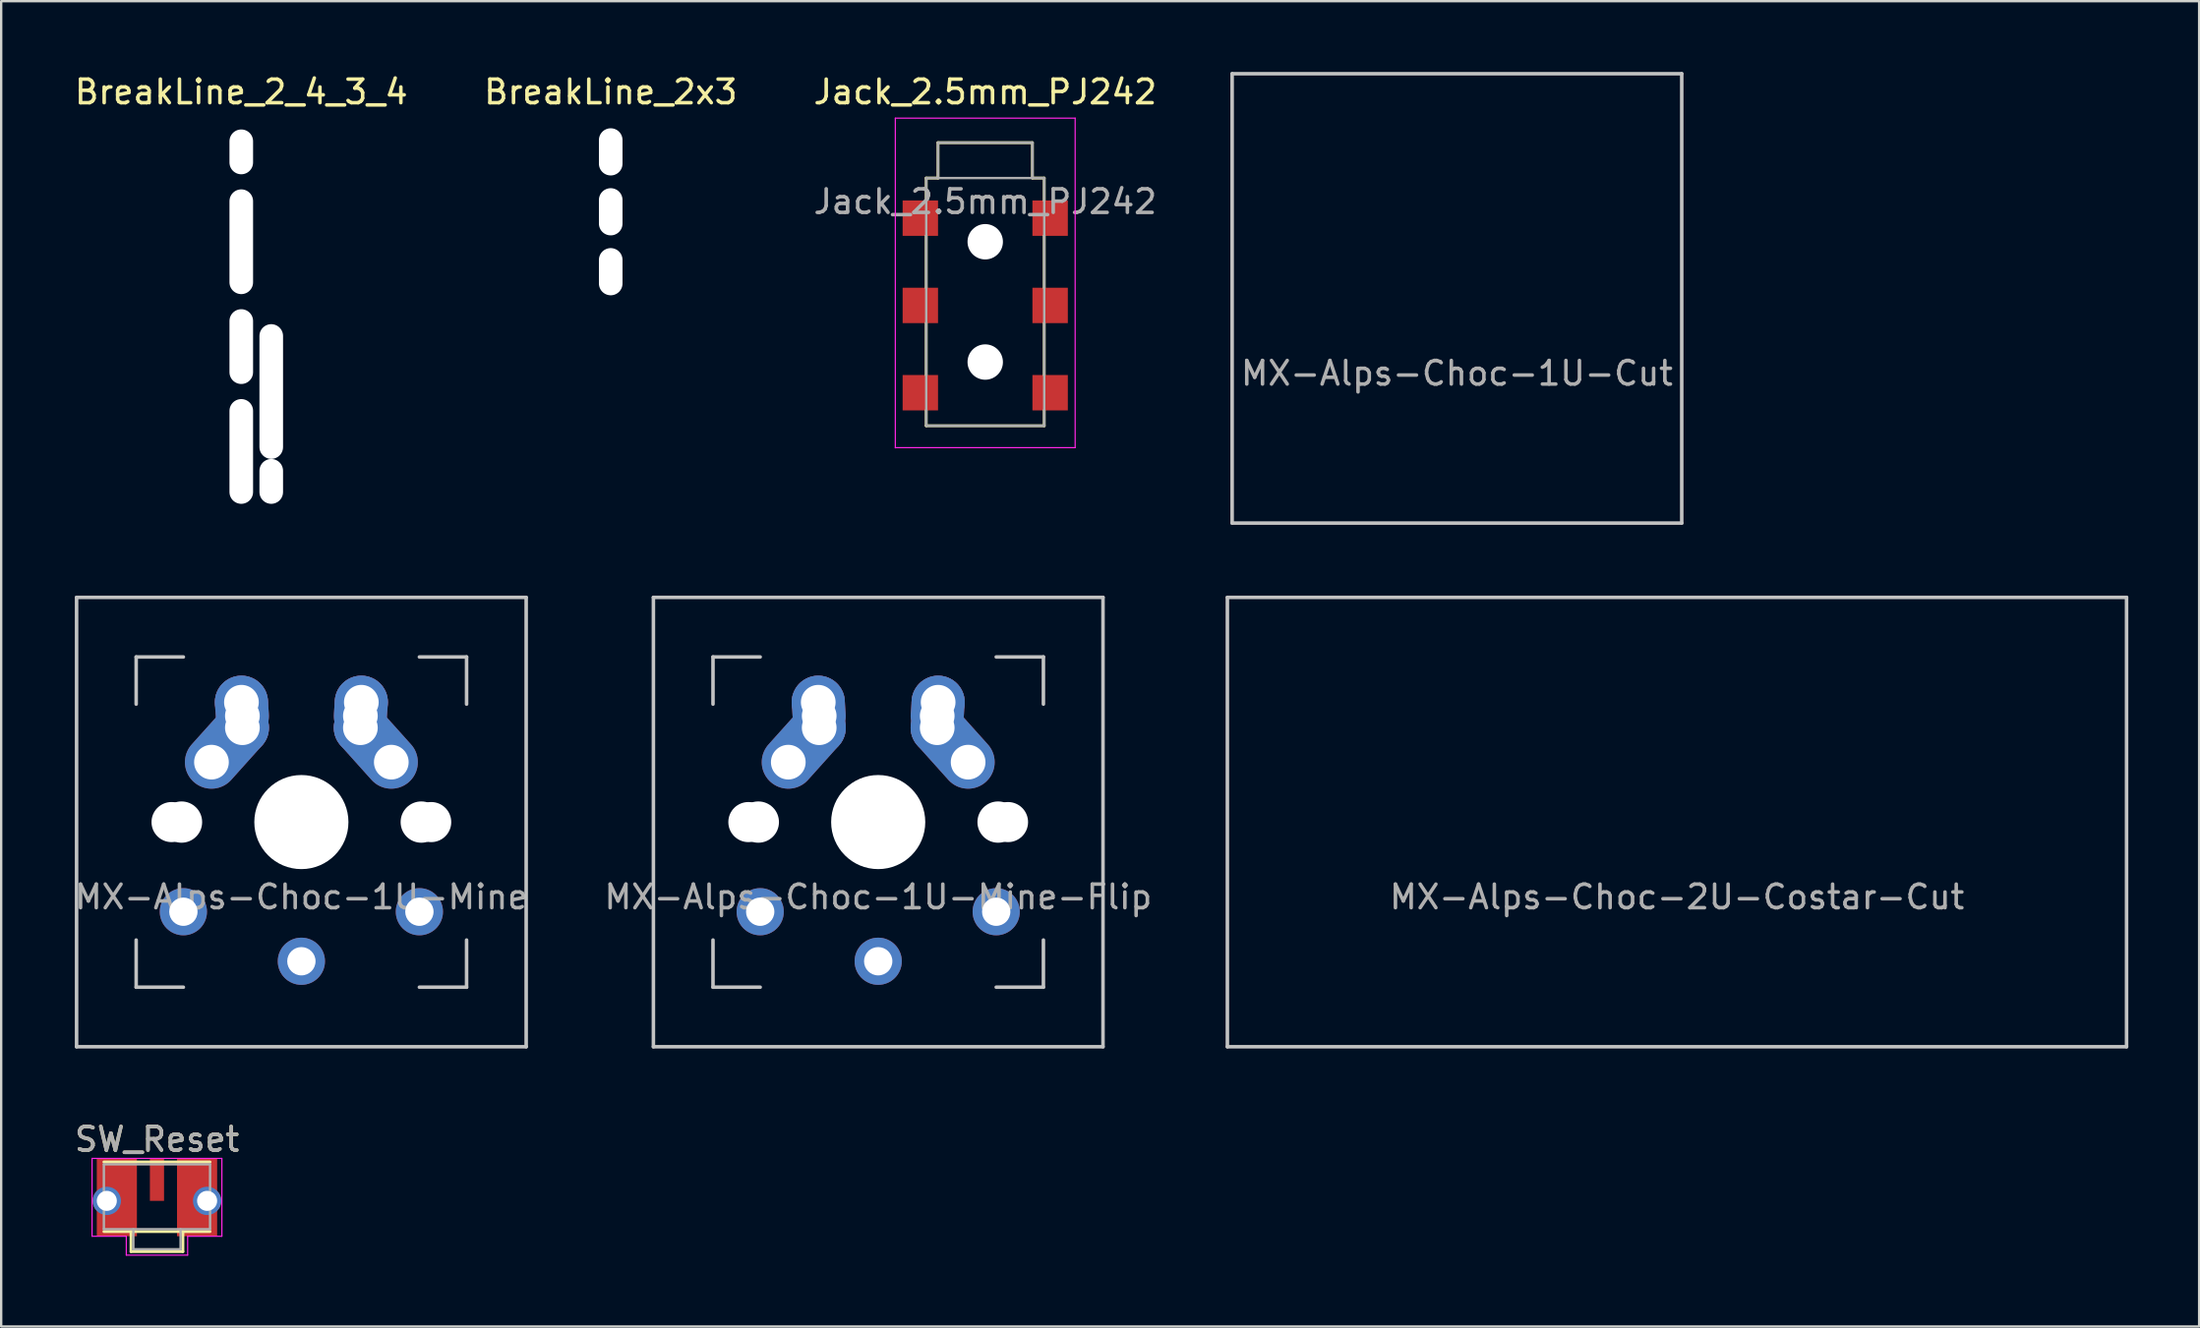
<source format=kicad_pcb>
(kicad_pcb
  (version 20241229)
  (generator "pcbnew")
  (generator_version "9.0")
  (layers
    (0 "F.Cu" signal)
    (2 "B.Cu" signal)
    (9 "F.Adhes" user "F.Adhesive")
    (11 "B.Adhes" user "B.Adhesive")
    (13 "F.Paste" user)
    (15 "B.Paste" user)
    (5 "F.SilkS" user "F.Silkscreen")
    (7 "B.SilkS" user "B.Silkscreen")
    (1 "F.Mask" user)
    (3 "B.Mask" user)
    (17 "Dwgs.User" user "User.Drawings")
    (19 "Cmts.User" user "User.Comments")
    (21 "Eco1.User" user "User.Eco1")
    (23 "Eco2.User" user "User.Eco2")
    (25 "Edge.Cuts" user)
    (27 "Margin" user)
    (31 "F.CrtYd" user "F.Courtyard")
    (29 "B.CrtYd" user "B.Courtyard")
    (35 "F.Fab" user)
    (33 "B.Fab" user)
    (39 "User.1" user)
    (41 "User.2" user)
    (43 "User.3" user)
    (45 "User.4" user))
  (footprint "Jack_2.5mm_PJ242"
    (layer "F.Cu")
    (at 38.696 4.498)
    (property "Reference" "Jack_2.5mm_PJ242" (at 0 -3.65 0) (layer "F.SilkS") (effects (font (size 1 1) (thickness 0.15))))
    (attr smd)
    (fp_line (start -2.5 0) (end -2 0) (stroke (width 0.12) (type solid)) (layer "F.SilkS"))
    (fp_line (start -2.5 0.95) (end -2.5 0) (stroke (width 0.12) (type solid)) (layer "F.SilkS"))
    (fp_line (start -2.5 2.45) (end -2.5 4.65) (stroke (width 0.12) (type solid)) (layer "F.SilkS"))
    (fp_line (start -2.5 8.35) (end -2.5 6.15) (stroke (width 0.12) (type solid)) (layer "F.SilkS"))
    (fp_line (start -2.5 9.85) (end -2.5 10.5) (stroke (width 0.12) (type solid)) (layer "F.SilkS"))
    (fp_line (start -2 -1.5) (end 2 -1.5) (stroke (width 0.12) (type solid)) (layer "F.SilkS"))
    (fp_line (start -2 0) (end -2 -1.5) (stroke (width 0.12) (type solid)) (layer "F.SilkS"))
    (fp_line (start 2 -1.5) (end 2 0) (stroke (width 0.12) (type solid)) (layer "F.SilkS"))
    (fp_line (start 2 0) (end 2.5 0) (stroke (width 0.12) (type solid)) (layer "F.SilkS"))
    (fp_line (start 2.5 0) (end 2.5 0.95) (stroke (width 0.12) (type solid)) (layer "F.SilkS"))
    (fp_line (start 2.5 2.45) (end 2.5 4.65) (stroke (width 0.12) (type solid)) (layer "F.SilkS"))
    (fp_line (start 2.5 6.15) (end 2.5 8.35) (stroke (width 0.12) (type solid)) (layer "F.SilkS"))
    (fp_line (start 2.5 9.85) (end 2.5 10.5) (stroke (width 0.12) (type solid)) (layer "F.SilkS"))
    (fp_line (start 2.5 10.5) (end -2.5 10.5) (stroke (width 0.12) (type solid)) (layer "F.SilkS"))
    (fp_line (start -3.81 -2.54) (end -3.81 11.44) (stroke (width 0.05) (type solid)) (layer "F.CrtYd"))
    (fp_line (start -3.81 -2.54) (end 3.81 -2.54) (stroke (width 0.05) (type solid)) (layer "F.CrtYd"))
    (fp_line (start -3.81 11.43) (end 3.81 11.43) (stroke (width 0.05) (type solid)) (layer "F.CrtYd"))
    (fp_line (start 3.81 11.43) (end 3.81 -2.54) (stroke (width 0.05) (type solid)) (layer "F.CrtYd"))
    (fp_line (start -2.5 0) (end -2.5 10.5) (stroke (width 0.1) (type solid)) (layer "F.Fab"))
    (fp_line (start -2.5 10.5) (end 2.5 10.5) (stroke (width 0.1) (type solid)) (layer "F.Fab"))
    (fp_line (start -2 0) (end -2 -1.5) (stroke (width 0.1) (type solid)) (layer "F.Fab"))
    (fp_line (start 2 -1.5) (end -2 -1.5) (stroke (width 0.1) (type solid)) (layer "F.Fab"))
    (fp_line (start 2 -1.5) (end 2 0) (stroke (width 0.1) (type solid)) (layer "F.Fab"))
    (fp_line (start 2.5 0) (end -2.5 0) (stroke (width 0.1) (type solid)) (layer "F.Fab"))
    (fp_line (start 2.5 0) (end 2.5 10.5) (stroke (width 0.1) (type solid)) (layer "F.Fab"))
    (fp_text user "${REFERENCE}" (at 0 1 0) (layer "F.Fab") (effects (font (size 1 1) (thickness 0.15))))
    (pad "" np_thru_hole circle (at 0 2.7) (size 1.5 1.5) (drill 1.5) (layers "*.Cu" "*.Mask"))
    (pad "" np_thru_hole circle (at 0 7.8) (size 1.5 1.5) (drill 1.5) (layers "*.Cu" "*.Mask"))
    (pad "R1" smd rect (at 2.75 5.4) (size 1.5 1.5) (layers "F.Cu" "F.Mask" "F.Paste"))
    (pad "R1N" smd rect (at 2.75 9.1) (size 1.5 1.5) (layers "F.Cu" "F.Mask" "F.Paste"))
    (pad "R2" smd rect (at 2.75 1.7) (size 1.5 1.5) (layers "F.Cu" "F.Mask" "F.Paste"))
    (pad "S" smd rect (at -2.75 1.7) (size 1.5 1.5) (layers "F.Cu" "F.Mask" "F.Paste"))
    (pad "T" smd rect (at -2.75 5.4) (size 1.5 1.5) (layers "F.Cu" "F.Mask" "F.Paste"))
    (pad "TN" smd rect (at -2.75 9.1) (size 1.5 1.5) (layers "F.Cu" "F.Mask" "F.Paste")))
  (footprint "MX-Alps-Choc-1U-Cut"
    (layer "F.Cu")
    (at 58.683 9.6)
    (property "Reference" "MX-Alps-Choc-1U-Cut" (at 0 3.175 0) (layer "F.Fab") (effects (font (size 1 1) (thickness 0.15))))
    (attr through_hole)
    (fp_line (start -9.525 -9.525) (end 9.525 -9.525) (stroke (width 0.15) (type solid)) (layer "Dwgs.User"))
    (fp_line (start -9.525 9.525) (end -9.525 -9.525) (stroke (width 0.15) (type solid)) (layer "Dwgs.User"))
    (fp_line (start 9.525 -9.525) (end 9.525 9.525) (stroke (width 0.15) (type solid)) (layer "Dwgs.User"))
    (fp_line (start 9.525 9.525) (end -9.525 9.525) (stroke (width 0.15) (type solid)) (layer "Dwgs.User"))
    (fp_line (start -6.5 -6.5) (end -6.5 6.5) (stroke (width 1) (type solid)) (layer "Eco1.User"))
    (fp_line (start 6.5 -6.5) (end -6.5 -6.5) (stroke (width 1) (type solid)) (layer "Eco1.User"))
    (fp_line (start 6.5 -6.5) (end 6.5 6.5) (stroke (width 1) (type solid)) (layer "Eco1.User"))
    (fp_line (start 6.5 6.5) (end -6.5 6.5) (stroke (width 1) (type solid)) (layer "Eco1.User")))
  (footprint "BreakLine_2x3"
    (layer "F.Cu")
    (at 22.827 3.388)
    (property "Reference" "BreakLine_2x3" (at 0 -2.54 0) (layer "F.SilkS") (effects (font (size 1 1) (thickness 0.15))))
    (attr exclude_from_pos_files exclude_from_bom)
    (pad "" np_thru_hole oval (at 0 0) (size 1 2) (drill oval 1 2) (layers "*.Cu" "*.Mask"))
    (pad "" np_thru_hole oval (at 0 2.54) (size 1 2) (drill oval 1 2) (layers "*.Cu" "*.Mask"))
    (pad "" np_thru_hole oval (at 0 5.08) (size 1 2) (drill oval 1 2) (layers "*.Cu" "*.Mask")))
  (footprint "SW_Reset"
    (layer "F.Cu")
    (at 3.601 49.058)
    (property "Reference" "SW_Reset" (at 0 -3.81 0) (layer "F.SilkS") (effects (font (size 1 1) (thickness 0.15))))
    (attr smd)
    (fp_line (start -2.25 -2.85) (end 2.25 -2.85) (stroke (width 0.12) (type solid)) (layer "F.SilkS"))
    (fp_line (start -1.1 0.95) (end -1.1 0.1) (stroke (width 0.12) (type solid)) (layer "F.SilkS"))
    (fp_line (start 1.1 0.1) (end 1.1 0.95) (stroke (width 0.12) (type solid)) (layer "F.SilkS"))
    (fp_line (start 1.1 0.95) (end -1.1 0.95) (stroke (width 0.12) (type solid)) (layer "F.SilkS"))
    (fp_line (start 2.25 0.1) (end -2.25 0.1) (stroke (width 0.12) (type solid)) (layer "F.SilkS"))
    (fp_line (start -2.75 -3) (end 2.75 -3) (stroke (width 0.05) (type solid)) (layer "F.CrtYd"))
    (fp_line (start -2.75 0.3) (end -2.75 -3) (stroke (width 0.05) (type solid)) (layer "F.CrtYd"))
    (fp_line (start -1.3 0.3) (end -2.75 0.3) (stroke (width 0.05) (type solid)) (layer "F.CrtYd"))
    (fp_line (start -1.3 1.1) (end -1.3 0.3) (stroke (width 0.05) (type solid)) (layer "F.CrtYd"))
    (fp_line (start 1.3 0.3) (end 1.3 1.1) (stroke (width 0.05) (type solid)) (layer "F.CrtYd"))
    (fp_line (start 1.3 1.1) (end -1.3 1.1) (stroke (width 0.05) (type solid)) (layer "F.CrtYd"))
    (fp_line (start 2.75 -3) (end 2.75 0.3) (stroke (width 0.05) (type solid)) (layer "F.CrtYd"))
    (fp_line (start 2.75 0.3) (end 1.3 0.3) (stroke (width 0.05) (type solid)) (layer "F.CrtYd"))
    (fp_line (start -2.25 -2.75) (end 2.25 -2.75) (stroke (width 0.1) (type solid)) (layer "F.Fab"))
    (fp_line (start -2.25 0) (end -2.25 -2.75) (stroke (width 0.1) (type solid)) (layer "F.Fab"))
    (fp_line (start -1 0.85) (end -1 0) (stroke (width 0.1) (type solid)) (layer "F.Fab"))
    (fp_line (start -1 0.85) (end 1 0.85) (stroke (width 0.1) (type solid)) (layer "F.Fab"))
    (fp_line (start 1 0.85) (end 1 0) (stroke (width 0.1) (type solid)) (layer "F.Fab"))
    (fp_line (start 2.25 -2.75) (end 2.25 0) (stroke (width 0.1) (type solid)) (layer "F.Fab"))
    (fp_line (start 2.25 0) (end -2.25 0) (stroke (width 0.1) (type solid)) (layer "F.Fab"))
    (fp_text user "${REFERENCE}" (at 0 -3.81 0) (layer "F.Fab") (effects (font (size 1 1) (thickness 0.15))))
    (pad "1" smd rect (at 0 -2.1) (size 0.6 1.8) (layers "F.Cu" "F.Mask" "F.Paste"))
    (pad "2" thru_hole circle (at -2.125 -1.2) (size 1.2 1.2) (drill 0.85) (layers "*.Cu" "*.Mask"))
    (pad "2" smd rect (at -2.125 -1.2) (size 1.7 3.3) (drill (offset 0.425 -0.15)) (layers "F.Cu" "F.Mask" "F.Paste"))
    (pad "2" thru_hole circle (at 2.125 -1.2) (size 1.2 1.2) (drill 0.85) (layers "*.Cu" "*.Mask"))
    (pad "2" smd rect (at 2.125 -1.2) (size 1.7 3.3) (drill (offset -0.425 -0.15)) (layers "F.Cu" "F.Mask" "F.Paste")))
  (footprint "BreakLine_2_4_3_4"
    (layer "F.Cu")
    (at 7.173 3.388)
    (property "Reference" "BreakLine_2_4_3_4" (at 0 -2.54 0) (layer "F.SilkS") (effects (font (size 1 1) (thickness 0.15))))
    (attr exclude_from_pos_files exclude_from_bom)
    (pad "" np_thru_hole oval (at 0 0) (size 1 1.9) (drill oval 1 1.9) (layers "*.Cu" "*.Mask"))
    (pad "" np_thru_hole oval (at 0 3.81) (size 1 4.44) (drill oval 1 4.44) (layers "*.Cu" "*.Mask"))
    (pad "" np_thru_hole oval (at 0 8.255) (size 1 3.17) (drill oval 1 3.17) (layers "*.Cu" "*.Mask"))
    (pad "" np_thru_hole oval (at 0 12.7) (size 1 4.44) (drill oval 1 4.44) (layers "*.Cu" "*.Mask"))
    (pad "" np_thru_hole oval (at 1.27 10.16) (size 1 5.71) (drill oval 1 5.71) (layers "*.Cu" "*.Mask"))
    (pad "" np_thru_hole oval (at 1.27 13.97) (size 1 1.9) (drill oval 1 1.9) (layers "*.Cu" "*.Mask")))
  (footprint "MX-Alps-Choc-1U-Mine-Flip"
    (layer "F.Cu")
    (at 34.161 31.8)
    (property "Reference" "MX-Alps-Choc-1U-Mine-Flip" (at 0 3.175 0) (layer "F.Fab") (effects (font (size 1 1) (thickness 0.15))))
    (attr through_hole)
    (fp_line (start -9.525 -9.525) (end 9.525 -9.525) (stroke (width 0.15) (type solid)) (layer "Dwgs.User"))
    (fp_line (start -9.525 9.525) (end -9.525 -9.525) (stroke (width 0.15) (type solid)) (layer "Dwgs.User"))
    (fp_line (start -7 -7) (end -7 -5) (stroke (width 0.15) (type solid)) (layer "Dwgs.User"))
    (fp_line (start -7 5) (end -7 7) (stroke (width 0.15) (type solid)) (layer "Dwgs.User"))
    (fp_line (start -7 7) (end -5 7) (stroke (width 0.15) (type solid)) (layer "Dwgs.User"))
    (fp_line (start -5 -7) (end -7 -7) (stroke (width 0.15) (type solid)) (layer "Dwgs.User"))
    (fp_line (start 5 -7) (end 7 -7) (stroke (width 0.15) (type solid)) (layer "Dwgs.User"))
    (fp_line (start 5 7) (end 7 7) (stroke (width 0.15) (type solid)) (layer "Dwgs.User"))
    (fp_line (start 7 -7) (end 7 -5) (stroke (width 0.15) (type solid)) (layer "Dwgs.User"))
    (fp_line (start 7 7) (end 7 5) (stroke (width 0.15) (type solid)) (layer "Dwgs.User"))
    (fp_line (start 9.525 -9.525) (end 9.525 9.525) (stroke (width 0.15) (type solid)) (layer "Dwgs.User"))
    (fp_line (start 9.525 9.525) (end -9.525 9.525) (stroke (width 0.15) (type solid)) (layer "Dwgs.User"))
    (pad "" np_thru_hole circle (at -5.5 0 48.1) (size 1.7 1.7) (drill 1.7) (layers "*.Cu" "*.Mask"))
    (pad "" np_thru_hole circle (at -5.08 0 48.1) (size 1.75 1.75) (drill 1.75) (layers "*.Cu" "*.Mask"))
    (pad "" np_thru_hole circle (at 0 0) (size 3.988 3.988) (drill 3.988) (layers "*.Cu" "*.Mask"))
    (pad "" np_thru_hole circle (at 5.08 0 48.1) (size 1.75 1.75) (drill 1.75) (layers "*.Cu" "*.Mask"))
    (pad "" np_thru_hole circle (at 5.5 0 48.1) (size 1.7 1.7) (drill 1.7) (layers "*.Cu" "*.Mask"))
    (pad "1" thru_hole circle (at 0 5.9) (size 2 2) (drill 1.2) (layers "*.Cu" "*.Mask"))
    (pad "1" thru_hole oval (at 2.5 -4.5 86.1) (size 2.831 2.25) (drill 1.47 (offset 0.291 0)) (layers "*.Cu" "*.Mask"))
    (pad "1" thru_hole circle (at 2.5 -4) (size 2.25 2.25) (drill 1.47) (layers "*.Cu" "*.Mask"))
    (pad "1" thru_hole circle (at 2.54 -5.08) (size 2.25 2.25) (drill 1.47) (layers "*.Cu" "*.Mask"))
    (pad "1" thru_hole oval (at 3.81 -2.54 311.9) (size 4.212 2.25) (drill 1.47 (offset -0.981 0)) (layers "*.Cu" "*.Mask"))
    (pad "2" thru_hole circle (at -5 3.8) (size 2 2) (drill 1.2) (layers "*.Cu" "*.Mask"))
    (pad "2" thru_hole oval (at -3.81 -2.54 48.1) (size 4.212 2.25) (drill 1.47 (offset 0.981 0)) (layers "*.Cu" "*.Mask"))
    (pad "2" thru_hole circle (at -2.54 -5.08) (size 2.25 2.25) (drill 1.47) (layers "*.Cu" "*.Mask"))
    (pad "2" thru_hole oval (at -2.5 -4.5 93.9) (size 2.831 2.25) (drill 1.47 (offset 0.291 0)) (layers "*.Cu" "*.Mask"))
    (pad "2" thru_hole circle (at -2.5 -4) (size 2.25 2.25) (drill 1.47) (layers "*.Cu" "*.Mask"))
    (pad "2" thru_hole circle (at 5 3.8) (size 2 2) (drill 1.2) (layers "*.Cu" "*.Mask")))
  (footprint "MX-Alps-Choc-1U-Mine"
    (layer "F.Cu")
    (at 9.72 31.8)
    (property "Reference" "MX-Alps-Choc-1U-Mine" (at 0 3.175 0) (layer "F.Fab") (effects (font (size 1 1) (thickness 0.15))))
    (attr through_hole)
    (fp_line (start -9.525 -9.525) (end 9.525 -9.525) (stroke (width 0.15) (type solid)) (layer "Dwgs.User"))
    (fp_line (start -9.525 9.525) (end -9.525 -9.525) (stroke (width 0.15) (type solid)) (layer "Dwgs.User"))
    (fp_line (start -7 -7) (end -7 -5) (stroke (width 0.15) (type solid)) (layer "Dwgs.User"))
    (fp_line (start -7 5) (end -7 7) (stroke (width 0.15) (type solid)) (layer "Dwgs.User"))
    (fp_line (start -7 7) (end -5 7) (stroke (width 0.15) (type solid)) (layer "Dwgs.User"))
    (fp_line (start -5 -7) (end -7 -7) (stroke (width 0.15) (type solid)) (layer "Dwgs.User"))
    (fp_line (start 5 -7) (end 7 -7) (stroke (width 0.15) (type solid)) (layer "Dwgs.User"))
    (fp_line (start 5 7) (end 7 7) (stroke (width 0.15) (type solid)) (layer "Dwgs.User"))
    (fp_line (start 7 -7) (end 7 -5) (stroke (width 0.15) (type solid)) (layer "Dwgs.User"))
    (fp_line (start 7 7) (end 7 5) (stroke (width 0.15) (type solid)) (layer "Dwgs.User"))
    (fp_line (start 9.525 -9.525) (end 9.525 9.525) (stroke (width 0.15) (type solid)) (layer "Dwgs.User"))
    (fp_line (start 9.525 9.525) (end -9.525 9.525) (stroke (width 0.15) (type solid)) (layer "Dwgs.User"))
    (pad "" np_thru_hole circle (at -5.5 0 48.1) (size 1.7 1.7) (drill 1.7) (layers "*.Cu" "*.Mask"))
    (pad "" np_thru_hole circle (at -5.08 0 48.1) (size 1.75 1.75) (drill 1.75) (layers "*.Cu" "*.Mask"))
    (pad "" np_thru_hole circle (at 0 0) (size 3.988 3.988) (drill 3.988) (layers "*.Cu" "*.Mask"))
    (pad "" np_thru_hole circle (at 5.08 0 48.1) (size 1.75 1.75) (drill 1.75) (layers "*.Cu" "*.Mask"))
    (pad "" np_thru_hole circle (at 5.5 0 48.1) (size 1.7 1.7) (drill 1.7) (layers "*.Cu" "*.Mask"))
    (pad "1" thru_hole oval (at -3.81 -2.54 48.1) (size 4.212 2.25) (drill 1.47 (offset 0.981 0)) (layers "*.Cu" "*.Mask"))
    (pad "1" thru_hole circle (at -2.54 -5.08) (size 2.25 2.25) (drill 1.47) (layers "*.Cu" "*.Mask"))
    (pad "1" thru_hole oval (at -2.5 -4.5 93.9) (size 2.831 2.25) (drill 1.47 (offset 0.291 0)) (layers "*.Cu" "*.Mask"))
    (pad "1" thru_hole circle (at -2.5 -4) (size 2.25 2.25) (drill 1.47) (layers "*.Cu" "*.Mask"))
    (pad "1" thru_hole circle (at 0 5.9) (size 2 2) (drill 1.2) (layers "*.Cu" "*.Mask"))
    (pad "2" thru_hole circle (at -5 3.8) (size 2 2) (drill 1.2) (layers "*.Cu" "*.Mask"))
    (pad "2" thru_hole oval (at 2.5 -4.5 86.1) (size 2.831 2.25) (drill 1.47 (offset 0.291 0)) (layers "*.Cu" "*.Mask"))
    (pad "2" thru_hole circle (at 2.5 -4) (size 2.25 2.25) (drill 1.47) (layers "*.Cu" "*.Mask"))
    (pad "2" thru_hole circle (at 2.54 -5.08) (size 2.25 2.25) (drill 1.47) (layers "*.Cu" "*.Mask"))
    (pad "2" thru_hole oval (at 3.81 -2.54 311.9) (size 4.212 2.25) (drill 1.47 (offset -0.981 0)) (layers "*.Cu" "*.Mask"))
    (pad "2" thru_hole circle (at 5 3.8) (size 2 2) (drill 1.2) (layers "*.Cu" "*.Mask")))
  (footprint "MX-Alps-Choc-2U-Costar-Cut"
    (layer "F.Cu")
    (at 68.006 31.8)
    (property "Reference" "MX-Alps-Choc-2U-Costar-Cut" (at 0 3.175 0) (layer "F.Fab") (effects (font (size 1 1) (thickness 0.15))))
    (attr through_hole)
    (fp_line (start -19.05 -9.525) (end 19.05 -9.525) (stroke (width 0.15) (type solid)) (layer "Dwgs.User"))
    (fp_line (start -19.05 9.525) (end -19.05 -9.525) (stroke (width 0.15) (type solid)) (layer "Dwgs.User"))
    (fp_line (start 19.05 -9.525) (end 19.05 9.525) (stroke (width 0.15) (type solid)) (layer "Dwgs.User"))
    (fp_line (start 19.05 9.525) (end -19.05 9.525) (stroke (width 0.15) (type solid)) (layer "Dwgs.User"))
    (fp_line (start -13.3 -5.7) (end -10.6 -5.7) (stroke (width 1) (type solid)) (layer "Eco1.User"))
    (fp_line (start -13.3 7.3) (end -10.6 7.3) (stroke (width 1) (type solid)) (layer "Eco1.User"))
    (fp_line (start -13.1 -5.7) (end -13.1 7.3) (stroke (width 1) (type solid)) (layer "Eco1.User"))
    (fp_line (start -10.8 -5.7) (end -10.8 7.3) (stroke (width 1) (type solid)) (layer "Eco1.User"))
    (fp_line (start -6.5 -6.5) (end -6.5 6.5) (stroke (width 1) (type solid)) (layer "Eco1.User"))
    (fp_line (start 6.5 -6.5) (end -6.5 -6.5) (stroke (width 1) (type solid)) (layer "Eco1.User"))
    (fp_line (start 6.5 -6.5) (end 6.5 6.5) (stroke (width 1) (type solid)) (layer "Eco1.User"))
    (fp_line (start 6.5 6.5) (end -6.5 6.5) (stroke (width 1) (type solid)) (layer "Eco1.User"))
    (fp_line (start 10.6 -5.7) (end 13.3 -5.7) (stroke (width 1) (type solid)) (layer "Eco1.User"))
    (fp_line (start 10.6 7.3) (end 13.3 7.3) (stroke (width 1) (type solid)) (layer "Eco1.User"))
    (fp_line (start 10.8 -5.7) (end 10.8 7.3) (stroke (width 1) (type solid)) (layer "Eco1.User"))
    (fp_line (start 13.1 -5.7) (end 13.1 7.3) (stroke (width 1) (type solid)) (layer "Eco1.User")))
  (gr_rect
    (start -3 -3)
    (end 90.131 53.183)
    (stroke (width 0.1) (type default))
    (fill no)
    (layer "Edge.Cuts")))
</source>
